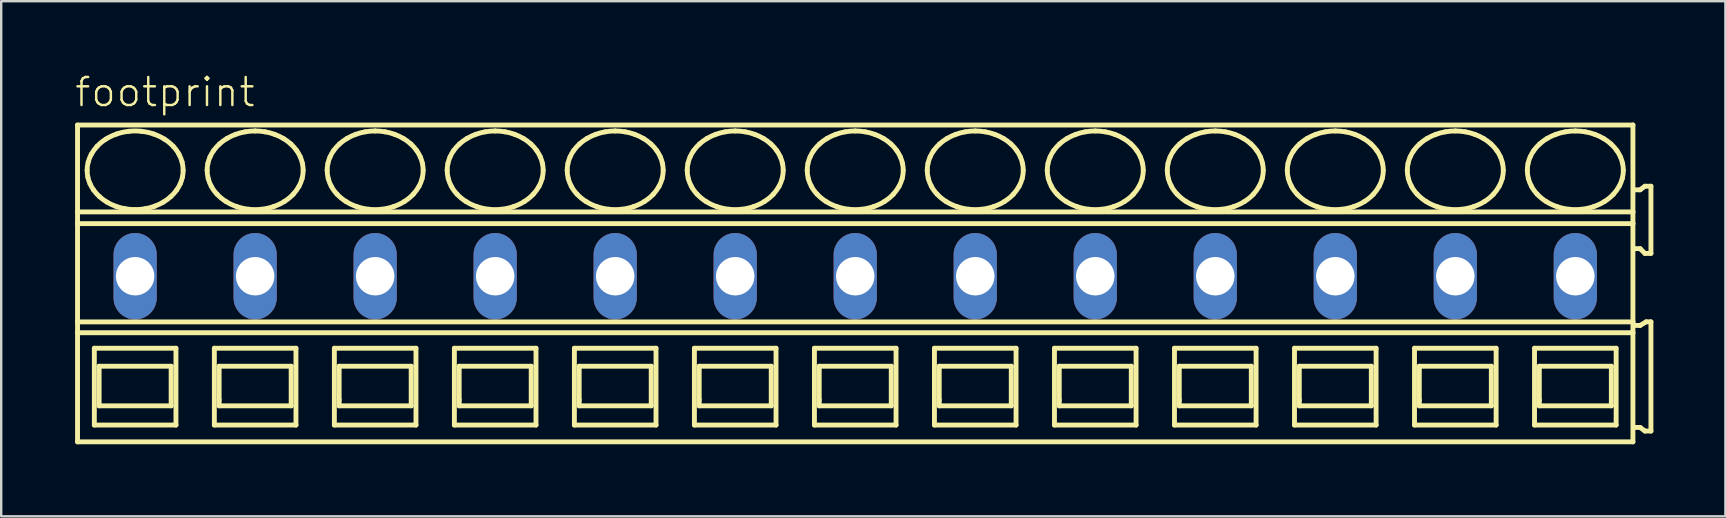
<source format=kicad_pcb>
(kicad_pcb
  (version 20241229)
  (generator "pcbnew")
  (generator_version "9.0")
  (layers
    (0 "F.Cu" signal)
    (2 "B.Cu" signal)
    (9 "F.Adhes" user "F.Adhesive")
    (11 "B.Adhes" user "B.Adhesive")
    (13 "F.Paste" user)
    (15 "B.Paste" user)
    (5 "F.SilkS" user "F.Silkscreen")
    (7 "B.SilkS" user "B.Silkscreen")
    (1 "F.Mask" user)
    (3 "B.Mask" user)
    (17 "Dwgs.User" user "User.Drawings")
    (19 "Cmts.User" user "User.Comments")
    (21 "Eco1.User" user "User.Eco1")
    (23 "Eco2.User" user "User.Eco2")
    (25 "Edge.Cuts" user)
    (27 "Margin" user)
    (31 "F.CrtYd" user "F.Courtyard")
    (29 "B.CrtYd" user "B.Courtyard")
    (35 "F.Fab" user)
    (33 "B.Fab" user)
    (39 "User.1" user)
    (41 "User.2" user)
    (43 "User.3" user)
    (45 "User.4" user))
  (footprint "footprint"
    (layer "F.Cu")
    (at 5.08 8.458)
    (property "Reference" "footprint" (at -5.08 -6.985 0) (layer "F.SilkS") (effects (font (size 1.168 1.168) (thickness 0.102)) (justify left bottom)))
    (fp_line (start -4.9 -6.3) (end -4.9 -2.679) (stroke (width 0.203) (type solid)) (layer "F.SilkS"))
    (fp_line (start -4.9 -2.679) (end -4.9 -2.192) (stroke (width 0.203) (type solid)) (layer "F.SilkS"))
    (fp_line (start -4.9 -2.192) (end -4.9 1.902) (stroke (width 0.203) (type solid)) (layer "F.SilkS"))
    (fp_line (start -4.9 1.902) (end -4.9 2.354) (stroke (width 0.203) (type solid)) (layer "F.SilkS"))
    (fp_line (start -4.9 2.354) (end -4.9 6.9) (stroke (width 0.203) (type solid)) (layer "F.SilkS"))
    (fp_line (start -4.9 6.9) (end 59.9 6.9) (stroke (width 0.203) (type solid)) (layer "F.SilkS"))
    (fp_line (start -4.2 3) (end -4.2 6.2) (stroke (width 0.203) (type solid)) (layer "F.SilkS"))
    (fp_line (start -4.2 6.2) (end -0.8 6.2) (stroke (width 0.203) (type solid)) (layer "F.SilkS"))
    (fp_line (start -4 3.75) (end -4 5.4) (stroke (width 0.203) (type solid)) (layer "F.SilkS"))
    (fp_line (start -4 5.4) (end -1 5.4) (stroke (width 0.203) (type solid)) (layer "F.SilkS"))
    (fp_line (start -1 3.75) (end -4 3.75) (stroke (width 0.203) (type solid)) (layer "F.SilkS"))
    (fp_line (start -1 5.4) (end -1 3.75) (stroke (width 0.203) (type solid)) (layer "F.SilkS"))
    (fp_line (start -0.8 3) (end -4.2 3) (stroke (width 0.203) (type solid)) (layer "F.SilkS"))
    (fp_line (start -0.8 6.2) (end -0.8 3) (stroke (width 0.203) (type solid)) (layer "F.SilkS"))
    (fp_line (start 0.8 3) (end 0.8 6.2) (stroke (width 0.203) (type solid)) (layer "F.SilkS"))
    (fp_line (start 0.8 6.2) (end 4.2 6.2) (stroke (width 0.203) (type solid)) (layer "F.SilkS"))
    (fp_line (start 1 3.75) (end 1 5.15) (stroke (width 0.203) (type solid)) (layer "F.SilkS"))
    (fp_line (start 1 5.15) (end 1 5.4) (stroke (width 0.203) (type solid)) (layer "F.SilkS"))
    (fp_line (start 1 5.4) (end 4 5.4) (stroke (width 0.203) (type solid)) (layer "F.SilkS"))
    (fp_line (start 4 3.75) (end 1 3.75) (stroke (width 0.203) (type solid)) (layer "F.SilkS"))
    (fp_line (start 4 5.4) (end 4 3.75) (stroke (width 0.203) (type solid)) (layer "F.SilkS"))
    (fp_line (start 4.2 3) (end 0.8 3) (stroke (width 0.203) (type solid)) (layer "F.SilkS"))
    (fp_line (start 4.2 6.2) (end 4.2 3) (stroke (width 0.203) (type solid)) (layer "F.SilkS"))
    (fp_line (start 5.8 3) (end 5.8 6.2) (stroke (width 0.203) (type solid)) (layer "F.SilkS"))
    (fp_line (start 5.8 6.2) (end 9.2 6.2) (stroke (width 0.203) (type solid)) (layer "F.SilkS"))
    (fp_line (start 6 3.75) (end 6 5.15) (stroke (width 0.203) (type solid)) (layer "F.SilkS"))
    (fp_line (start 6 5.15) (end 6 5.4) (stroke (width 0.203) (type solid)) (layer "F.SilkS"))
    (fp_line (start 6 5.4) (end 9 5.4) (stroke (width 0.203) (type solid)) (layer "F.SilkS"))
    (fp_line (start 9 3.75) (end 6 3.75) (stroke (width 0.203) (type solid)) (layer "F.SilkS"))
    (fp_line (start 9 5.4) (end 9 3.75) (stroke (width 0.203) (type solid)) (layer "F.SilkS"))
    (fp_line (start 9.2 3) (end 5.8 3) (stroke (width 0.203) (type solid)) (layer "F.SilkS"))
    (fp_line (start 9.2 6.2) (end 9.2 3) (stroke (width 0.203) (type solid)) (layer "F.SilkS"))
    (fp_line (start 10.8 3) (end 10.8 6.2) (stroke (width 0.203) (type solid)) (layer "F.SilkS"))
    (fp_line (start 10.8 6.2) (end 14.2 6.2) (stroke (width 0.203) (type solid)) (layer "F.SilkS"))
    (fp_line (start 11 3.75) (end 11 5.15) (stroke (width 0.203) (type solid)) (layer "F.SilkS"))
    (fp_line (start 11 5.15) (end 11 5.4) (stroke (width 0.203) (type solid)) (layer "F.SilkS"))
    (fp_line (start 11 5.4) (end 14 5.4) (stroke (width 0.203) (type solid)) (layer "F.SilkS"))
    (fp_line (start 14 3.75) (end 11 3.75) (stroke (width 0.203) (type solid)) (layer "F.SilkS"))
    (fp_line (start 14 5.4) (end 14 3.75) (stroke (width 0.203) (type solid)) (layer "F.SilkS"))
    (fp_line (start 14.2 3) (end 10.8 3) (stroke (width 0.203) (type solid)) (layer "F.SilkS"))
    (fp_line (start 14.2 6.2) (end 14.2 3) (stroke (width 0.203) (type solid)) (layer "F.SilkS"))
    (fp_line (start 15.8 3) (end 15.8 6.2) (stroke (width 0.203) (type solid)) (layer "F.SilkS"))
    (fp_line (start 15.8 6.2) (end 19.2 6.2) (stroke (width 0.203) (type solid)) (layer "F.SilkS"))
    (fp_line (start 16 3.75) (end 16 5.15) (stroke (width 0.203) (type solid)) (layer "F.SilkS"))
    (fp_line (start 16 5.15) (end 16 5.4) (stroke (width 0.203) (type solid)) (layer "F.SilkS"))
    (fp_line (start 16 5.4) (end 19 5.4) (stroke (width 0.203) (type solid)) (layer "F.SilkS"))
    (fp_line (start 19 3.75) (end 16 3.75) (stroke (width 0.203) (type solid)) (layer "F.SilkS"))
    (fp_line (start 19 5.4) (end 19 3.75) (stroke (width 0.203) (type solid)) (layer "F.SilkS"))
    (fp_line (start 19.2 3) (end 15.8 3) (stroke (width 0.203) (type solid)) (layer "F.SilkS"))
    (fp_line (start 19.2 6.2) (end 19.2 3) (stroke (width 0.203) (type solid)) (layer "F.SilkS"))
    (fp_line (start 20.8 3) (end 20.8 6.2) (stroke (width 0.203) (type solid)) (layer "F.SilkS"))
    (fp_line (start 20.8 6.2) (end 24.2 6.2) (stroke (width 0.203) (type solid)) (layer "F.SilkS"))
    (fp_line (start 21 3.75) (end 21 5.15) (stroke (width 0.203) (type solid)) (layer "F.SilkS"))
    (fp_line (start 21 5.15) (end 21 5.4) (stroke (width 0.203) (type solid)) (layer "F.SilkS"))
    (fp_line (start 21 5.4) (end 24 5.4) (stroke (width 0.203) (type solid)) (layer "F.SilkS"))
    (fp_line (start 24 3.75) (end 21 3.75) (stroke (width 0.203) (type solid)) (layer "F.SilkS"))
    (fp_line (start 24 5.4) (end 24 3.75) (stroke (width 0.203) (type solid)) (layer "F.SilkS"))
    (fp_line (start 24.2 3) (end 20.8 3) (stroke (width 0.203) (type solid)) (layer "F.SilkS"))
    (fp_line (start 24.2 6.2) (end 24.2 3) (stroke (width 0.203) (type solid)) (layer "F.SilkS"))
    (fp_line (start 25.8 3) (end 25.8 6.2) (stroke (width 0.203) (type solid)) (layer "F.SilkS"))
    (fp_line (start 25.8 6.2) (end 29.2 6.2) (stroke (width 0.203) (type solid)) (layer "F.SilkS"))
    (fp_line (start 26 3.75) (end 26 5.15) (stroke (width 0.203) (type solid)) (layer "F.SilkS"))
    (fp_line (start 26 5.15) (end 26 5.4) (stroke (width 0.203) (type solid)) (layer "F.SilkS"))
    (fp_line (start 26 5.4) (end 29 5.4) (stroke (width 0.203) (type solid)) (layer "F.SilkS"))
    (fp_line (start 29 3.75) (end 26 3.75) (stroke (width 0.203) (type solid)) (layer "F.SilkS"))
    (fp_line (start 29 5.4) (end 29 3.75) (stroke (width 0.203) (type solid)) (layer "F.SilkS"))
    (fp_line (start 29.2 3) (end 25.8 3) (stroke (width 0.203) (type solid)) (layer "F.SilkS"))
    (fp_line (start 29.2 6.2) (end 29.2 3) (stroke (width 0.203) (type solid)) (layer "F.SilkS"))
    (fp_line (start 30.8 3) (end 30.8 6.2) (stroke (width 0.203) (type solid)) (layer "F.SilkS"))
    (fp_line (start 30.8 6.2) (end 34.2 6.2) (stroke (width 0.203) (type solid)) (layer "F.SilkS"))
    (fp_line (start 31 3.75) (end 31 5.15) (stroke (width 0.203) (type solid)) (layer "F.SilkS"))
    (fp_line (start 31 5.15) (end 31 5.4) (stroke (width 0.203) (type solid)) (layer "F.SilkS"))
    (fp_line (start 31 5.4) (end 34 5.4) (stroke (width 0.203) (type solid)) (layer "F.SilkS"))
    (fp_line (start 34 3.75) (end 31 3.75) (stroke (width 0.203) (type solid)) (layer "F.SilkS"))
    (fp_line (start 34 5.4) (end 34 3.75) (stroke (width 0.203) (type solid)) (layer "F.SilkS"))
    (fp_line (start 34.2 3) (end 30.8 3) (stroke (width 0.203) (type solid)) (layer "F.SilkS"))
    (fp_line (start 34.2 6.2) (end 34.2 3) (stroke (width 0.203) (type solid)) (layer "F.SilkS"))
    (fp_line (start 35.8 3) (end 35.8 6.2) (stroke (width 0.203) (type solid)) (layer "F.SilkS"))
    (fp_line (start 35.8 6.2) (end 39.2 6.2) (stroke (width 0.203) (type solid)) (layer "F.SilkS"))
    (fp_line (start 36 3.75) (end 36 5.15) (stroke (width 0.203) (type solid)) (layer "F.SilkS"))
    (fp_line (start 36 5.15) (end 36 5.4) (stroke (width 0.203) (type solid)) (layer "F.SilkS"))
    (fp_line (start 36 5.4) (end 39 5.4) (stroke (width 0.203) (type solid)) (layer "F.SilkS"))
    (fp_line (start 39 3.75) (end 36 3.75) (stroke (width 0.203) (type solid)) (layer "F.SilkS"))
    (fp_line (start 39 5.4) (end 39 3.75) (stroke (width 0.203) (type solid)) (layer "F.SilkS"))
    (fp_line (start 39.2 3) (end 35.8 3) (stroke (width 0.203) (type solid)) (layer "F.SilkS"))
    (fp_line (start 39.2 6.2) (end 39.2 3) (stroke (width 0.203) (type solid)) (layer "F.SilkS"))
    (fp_line (start 40.8 3) (end 40.8 6.2) (stroke (width 0.203) (type solid)) (layer "F.SilkS"))
    (fp_line (start 40.8 6.2) (end 44.2 6.2) (stroke (width 0.203) (type solid)) (layer "F.SilkS"))
    (fp_line (start 41 3.75) (end 41 5.15) (stroke (width 0.203) (type solid)) (layer "F.SilkS"))
    (fp_line (start 41 5.15) (end 41 5.4) (stroke (width 0.203) (type solid)) (layer "F.SilkS"))
    (fp_line (start 41 5.4) (end 44 5.4) (stroke (width 0.203) (type solid)) (layer "F.SilkS"))
    (fp_line (start 44 3.75) (end 41 3.75) (stroke (width 0.203) (type solid)) (layer "F.SilkS"))
    (fp_line (start 44 5.4) (end 44 3.75) (stroke (width 0.203) (type solid)) (layer "F.SilkS"))
    (fp_line (start 44.2 3) (end 40.8 3) (stroke (width 0.203) (type solid)) (layer "F.SilkS"))
    (fp_line (start 44.2 6.2) (end 44.2 3) (stroke (width 0.203) (type solid)) (layer "F.SilkS"))
    (fp_line (start 45.8 3) (end 45.8 6.2) (stroke (width 0.203) (type solid)) (layer "F.SilkS"))
    (fp_line (start 45.8 6.2) (end 49.2 6.2) (stroke (width 0.203) (type solid)) (layer "F.SilkS"))
    (fp_line (start 46 3.75) (end 46 5.15) (stroke (width 0.203) (type solid)) (layer "F.SilkS"))
    (fp_line (start 46 5.15) (end 46 5.4) (stroke (width 0.203) (type solid)) (layer "F.SilkS"))
    (fp_line (start 46 5.4) (end 49 5.4) (stroke (width 0.203) (type solid)) (layer "F.SilkS"))
    (fp_line (start 49 3.75) (end 46 3.75) (stroke (width 0.203) (type solid)) (layer "F.SilkS"))
    (fp_line (start 49 5.4) (end 49 3.75) (stroke (width 0.203) (type solid)) (layer "F.SilkS"))
    (fp_line (start 49.2 3) (end 45.8 3) (stroke (width 0.203) (type solid)) (layer "F.SilkS"))
    (fp_line (start 49.2 6.2) (end 49.2 3) (stroke (width 0.203) (type solid)) (layer "F.SilkS"))
    (fp_line (start 50.8 3) (end 50.8 6.2) (stroke (width 0.203) (type solid)) (layer "F.SilkS"))
    (fp_line (start 50.8 6.2) (end 54.2 6.2) (stroke (width 0.203) (type solid)) (layer "F.SilkS"))
    (fp_line (start 51 3.75) (end 51 5.15) (stroke (width 0.203) (type solid)) (layer "F.SilkS"))
    (fp_line (start 51 5.15) (end 51 5.4) (stroke (width 0.203) (type solid)) (layer "F.SilkS"))
    (fp_line (start 51 5.4) (end 54 5.4) (stroke (width 0.203) (type solid)) (layer "F.SilkS"))
    (fp_line (start 54 3.75) (end 51 3.75) (stroke (width 0.203) (type solid)) (layer "F.SilkS"))
    (fp_line (start 54 5.4) (end 54 3.75) (stroke (width 0.203) (type solid)) (layer "F.SilkS"))
    (fp_line (start 54.2 3) (end 50.8 3) (stroke (width 0.203) (type solid)) (layer "F.SilkS"))
    (fp_line (start 54.2 6.2) (end 54.2 3) (stroke (width 0.203) (type solid)) (layer "F.SilkS"))
    (fp_line (start 55.8 3) (end 55.8 6.2) (stroke (width 0.203) (type solid)) (layer "F.SilkS"))
    (fp_line (start 55.8 6.2) (end 59.2 6.2) (stroke (width 0.203) (type solid)) (layer "F.SilkS"))
    (fp_line (start 56 3.75) (end 56 5.15) (stroke (width 0.203) (type solid)) (layer "F.SilkS"))
    (fp_line (start 56 5.15) (end 56 5.4) (stroke (width 0.203) (type solid)) (layer "F.SilkS"))
    (fp_line (start 56 5.4) (end 59 5.4) (stroke (width 0.203) (type solid)) (layer "F.SilkS"))
    (fp_line (start 59 3.75) (end 56 3.75) (stroke (width 0.203) (type solid)) (layer "F.SilkS"))
    (fp_line (start 59 5.4) (end 59 3.75) (stroke (width 0.203) (type solid)) (layer "F.SilkS"))
    (fp_line (start 59.2 3) (end 55.8 3) (stroke (width 0.203) (type solid)) (layer "F.SilkS"))
    (fp_line (start 59.2 6.2) (end 59.2 3) (stroke (width 0.203) (type solid)) (layer "F.SilkS"))
    (fp_line (start 59.9 -6.3) (end -4.9 -6.3) (stroke (width 0.203) (type solid)) (layer "F.SilkS"))
    (fp_line (start 59.9 -2.679) (end -4.9 -2.679) (stroke (width 0.203) (type solid)) (layer "F.SilkS"))
    (fp_line (start 59.9 -2.679) (end 59.9 -6.3) (stroke (width 0.203) (type solid)) (layer "F.SilkS"))
    (fp_line (start 59.9 -2.192) (end -4.9 -2.192) (stroke (width 0.203) (type solid)) (layer "F.SilkS"))
    (fp_line (start 59.9 -2.192) (end 59.9 -2.679) (stroke (width 0.203) (type solid)) (layer "F.SilkS"))
    (fp_line (start 59.9 1.902) (end -4.9 1.902) (stroke (width 0.203) (type solid)) (layer "F.SilkS"))
    (fp_line (start 59.9 1.902) (end 59.9 -2.192) (stroke (width 0.203) (type solid)) (layer "F.SilkS"))
    (fp_line (start 59.9 2.354) (end -4.9 2.354) (stroke (width 0.203) (type solid)) (layer "F.SilkS"))
    (fp_line (start 59.9 2.354) (end 59.9 1.902) (stroke (width 0.203) (type solid)) (layer "F.SilkS"))
    (fp_line (start 59.9 6.9) (end 59.9 2.354) (stroke (width 0.203) (type solid)) (layer "F.SilkS"))
    (fp_line (start 60 -1.15) (end 60.2 -1.15) (stroke (width 0.203) (type solid)) (layer "F.SilkS"))
    (fp_line (start 60 6.3) (end 60.2 6.3) (stroke (width 0.203) (type solid)) (layer "F.SilkS"))
    (fp_line (start 60.2 -3.6) (end 60 -3.6) (stroke (width 0.203) (type solid)) (layer "F.SilkS"))
    (fp_line (start 60.2 -1.15) (end 60.4 -0.95) (stroke (width 0.203) (type solid)) (layer "F.SilkS"))
    (fp_line (start 60.2 2.05) (end 60 2.05) (stroke (width 0.203) (type solid)) (layer "F.SilkS"))
    (fp_line (start 60.2 6.3) (end 60.4 6.45) (stroke (width 0.203) (type solid)) (layer "F.SilkS"))
    (fp_line (start 60.4 -3.75) (end 60.2 -3.6) (stroke (width 0.203) (type solid)) (layer "F.SilkS"))
    (fp_line (start 60.4 -0.95) (end 60.65 -0.95) (stroke (width 0.203) (type solid)) (layer "F.SilkS"))
    (fp_line (start 60.4 6.45) (end 60.65 6.45) (stroke (width 0.203) (type solid)) (layer "F.SilkS"))
    (fp_line (start 60.45 1.9) (end 60.2 2.05) (stroke (width 0.203) (type solid)) (layer "F.SilkS"))
    (fp_line (start 60.65 -3.75) (end 60.4 -3.75) (stroke (width 0.203) (type solid)) (layer "F.SilkS"))
    (fp_line (start 60.65 -0.95) (end 60.65 -3.75) (stroke (width 0.203) (type solid)) (layer "F.SilkS"))
    (fp_line (start 60.65 1.9) (end 60.45 1.9) (stroke (width 0.203) (type solid)) (layer "F.SilkS"))
    (fp_line (start 60.65 6.45) (end 60.65 1.9) (stroke (width 0.203) (type solid)) (layer "F.SilkS"))
    (fp_arc (start -4.5 -4.4136) (mid -4.488905 -4.585389) (end -4.4562 -4.7544) (stroke (width 0.2032) (type solid)) (layer "F.SilkS"))
    (fp_arc (start -4.4695 -4.1287) (mid -4.492308 -4.270341) (end -4.5 -4.4136) (stroke (width 0.2032) (type solid)) (layer "F.SilkS"))
    (fp_arc (start -4.4562 -4.7544) (mid -4.401558 -4.920839) (end -4.3273 -5.0795) (stroke (width 0.2032) (type solid)) (layer "F.SilkS"))
    (fp_arc (start -4.3795 -3.8536) (mid -4.431599 -3.988827) (end -4.4695 -4.1287) (stroke (width 0.2032) (type solid)) (layer "F.SilkS"))
    (fp_arc (start -4.3274 -5.0795) (mid -4.216217 -5.252167) (end -4.0864 -5.4113) (stroke (width 0.2032) (type solid)) (layer "F.SilkS"))
    (fp_arc (start -4.232 -3.5945) (mid -4.312155 -3.720404) (end -4.3795 -3.8536) (stroke (width 0.2032) (type solid)) (layer "F.SilkS"))
    (fp_arc (start -4.0864 -5.4113) (mid -3.911717 -5.573771) (end -3.718 -5.713) (stroke (width 0.2032) (type solid)) (layer "F.SilkS"))
    (fp_arc (start -3.9861 -3.3171) (mid -4.116737 -3.448975) (end -4.2321 -3.5944) (stroke (width 0.2032) (type solid)) (layer "F.SilkS"))
    (fp_arc (start -3.718 -5.713) (mid -3.497651 -5.83326) (end -3.2649 -5.9273) (stroke (width 0.2032) (type solid)) (layer "F.SilkS"))
    (fp_arc (start -3.676 -3.0884) (mid -3.836846 -3.194891) (end -3.9861 -3.3171) (stroke (width 0.2032) (type solid)) (layer "F.SilkS"))
    (fp_arc (start -3.313 -2.9167) (mid -3.498551 -2.993985) (end -3.676 -3.0884) (stroke (width 0.2032) (type solid)) (layer "F.SilkS"))
    (fp_arc (start -3.2649 -5.9273) (mid -3.016253 -5.996227) (end -2.7616 -6.0378) (stroke (width 0.2032) (type solid)) (layer "F.SilkS"))
    (fp_arc (start -2.9161 -2.8111) (mid -3.116893 -2.855096) (end -3.313 -2.9167) (stroke (width 0.2032) (type solid)) (layer "F.SilkS"))
    (fp_arc (start -2.7616 -6.0378) (mid -2.5 -6.051841) (end -2.2384 -6.0378) (stroke (width 0.2032) (type solid)) (layer "F.SilkS"))
    (fp_arc (start -2.5 -2.7752) (mid -2.708826 -2.784159) (end -2.9161 -2.8111) (stroke (width 0.2032) (type solid)) (layer "F.SilkS"))
    (fp_arc (start -2.2384 -6.0378) (mid -1.983714 -5.996379) (end -1.7351 -5.9273) (stroke (width 0.2032) (type solid)) (layer "F.SilkS"))
    (fp_arc (start -2.0839 -2.8111) (mid -2.291182 -2.784277) (end -2.5 -2.7753) (stroke (width 0.2032) (type solid)) (layer "F.SilkS"))
    (fp_arc (start -1.7351 -5.9273) (mid -1.502222 -5.83353) (end -1.282 -5.713) (stroke (width 0.2032) (type solid)) (layer "F.SilkS"))
    (fp_arc (start -1.687 -2.9167) (mid -1.883129 -2.855175) (end -2.0839 -2.8111) (stroke (width 0.2032) (type solid)) (layer "F.SilkS"))
    (fp_arc (start -1.324 -3.0884) (mid -1.501514 -2.994123) (end -1.687 -2.9167) (stroke (width 0.2032) (type solid)) (layer "F.SilkS"))
    (fp_arc (start -1.282 -5.713) (mid -1.088036 -5.574073) (end -0.9136 -5.4113) (stroke (width 0.2032) (type solid)) (layer "F.SilkS"))
    (fp_arc (start -1.0139 -3.3171) (mid -1.163276 -3.195057) (end -1.324 -3.0884) (stroke (width 0.2032) (type solid)) (layer "F.SilkS"))
    (fp_arc (start -0.9137 -5.4112) (mid -0.781313 -5.253987) (end -0.6727 -5.0795) (stroke (width 0.2032) (type solid)) (layer "F.SilkS"))
    (fp_arc (start -0.7679 -3.5944) (mid -0.88339 -3.449088) (end -1.0139 -3.3171) (stroke (width 0.2032) (type solid)) (layer "F.SilkS"))
    (fp_arc (start -0.6727 -5.0795) (mid -0.598286 -4.920901) (end -0.5438 -4.7544) (stroke (width 0.2032) (type solid)) (layer "F.SilkS"))
    (fp_arc (start -0.6204 -3.8536) (mid -0.687861 -3.720421) (end -0.7679 -3.5944) (stroke (width 0.2032) (type solid)) (layer "F.SilkS"))
    (fp_arc (start -0.5438 -4.7544) (mid -0.511083 -4.58539) (end -0.5 -4.4136) (stroke (width 0.2032) (type solid)) (layer "F.SilkS"))
    (fp_arc (start -0.5305 -4.1287) (mid -0.568473 -3.988851) (end -0.6205 -3.8536) (stroke (width 0.2032) (type solid)) (layer "F.SilkS"))
    (fp_arc (start -0.5001 -4.4136) (mid -0.507739 -4.270343) (end -0.5305 -4.1287) (stroke (width 0.2032) (type solid)) (layer "F.SilkS"))
    (fp_arc (start 0.5 -4.4136) (mid 0.507693 -4.556809) (end 0.5305 -4.6984) (stroke (width 0.2032) (type solid)) (layer "F.SilkS"))
    (fp_arc (start 0.5305 -4.6984) (mid 0.568467 -4.8383) (end 0.6205 -4.9736) (stroke (width 0.2032) (type solid)) (layer "F.SilkS"))
    (fp_arc (start 0.5438 -4.0727) (mid 0.511073 -4.241759) (end 0.5 -4.4136) (stroke (width 0.2032) (type solid)) (layer "F.SilkS"))
    (fp_arc (start 0.6204 -4.9736) (mid 0.687866 -5.106728) (end 0.7679 -5.2327) (stroke (width 0.2032) (type solid)) (layer "F.SilkS"))
    (fp_arc (start 0.6727 -3.7476) (mid 0.598289 -3.9062) (end 0.5438 -4.0727) (stroke (width 0.2032) (type solid)) (layer "F.SilkS"))
    (fp_arc (start 0.7679 -5.2327) (mid 0.883386 -5.378016) (end 1.0139 -5.51) (stroke (width 0.2032) (type solid)) (layer "F.SilkS"))
    (fp_arc (start 0.9136 -3.4159) (mid 0.781267 -3.57312) (end 0.6727 -3.7476) (stroke (width 0.2032) (type solid)) (layer "F.SilkS"))
    (fp_arc (start 1.0139 -5.51) (mid 1.163277 -5.632042) (end 1.324 -5.7387) (stroke (width 0.2032) (type solid)) (layer "F.SilkS"))
    (fp_arc (start 1.282 -3.1141) (mid 1.088032 -3.253077) (end 0.9136 -3.4159) (stroke (width 0.2032) (type solid)) (layer "F.SilkS"))
    (fp_arc (start 1.324 -5.7387) (mid 1.501514 -5.832977) (end 1.687 -5.9104) (stroke (width 0.2032) (type solid)) (layer "F.SilkS"))
    (fp_arc (start 1.687 -5.9104) (mid 1.883129 -5.971925) (end 2.0839 -6.016) (stroke (width 0.2032) (type solid)) (layer "F.SilkS"))
    (fp_arc (start 1.7351 -2.8998) (mid 1.502222 -2.993571) (end 1.282 -3.1141) (stroke (width 0.2032) (type solid)) (layer "F.SilkS"))
    (fp_arc (start 2.0839 -6.0161) (mid 2.291183 -6.042919) (end 2.5 -6.0519) (stroke (width 0.2032) (type solid)) (layer "F.SilkS"))
    (fp_arc (start 2.2384 -2.7893) (mid 1.983714 -2.830721) (end 1.7351 -2.8998) (stroke (width 0.2032) (type solid)) (layer "F.SilkS"))
    (fp_arc (start 2.5 -6.0519) (mid 2.708826 -6.042941) (end 2.9161 -6.016) (stroke (width 0.2032) (type solid)) (layer "F.SilkS"))
    (fp_arc (start 2.7616 -2.7893) (mid 2.5 -2.775259) (end 2.2384 -2.7893) (stroke (width 0.2032) (type solid)) (layer "F.SilkS"))
    (fp_arc (start 2.9161 -6.016) (mid 3.116893 -5.972004) (end 3.313 -5.9104) (stroke (width 0.2032) (type solid)) (layer "F.SilkS"))
    (fp_arc (start 3.2649 -2.8998) (mid 3.016253 -2.830873) (end 2.7616 -2.7893) (stroke (width 0.2032) (type solid)) (layer "F.SilkS"))
    (fp_arc (start 3.313 -5.9104) (mid 3.498552 -5.833116) (end 3.676 -5.7387) (stroke (width 0.2032) (type solid)) (layer "F.SilkS"))
    (fp_arc (start 3.676 -5.7387) (mid 3.836846 -5.632209) (end 3.9861 -5.51) (stroke (width 0.2032) (type solid)) (layer "F.SilkS"))
    (fp_arc (start 3.718 -3.1141) (mid 3.497651 -2.993839) (end 3.2649 -2.8998) (stroke (width 0.2032) (type solid)) (layer "F.SilkS"))
    (fp_arc (start 3.9861 -5.51) (mid 4.116738 -5.378126) (end 4.2321 -5.2327) (stroke (width 0.2032) (type solid)) (layer "F.SilkS"))
    (fp_arc (start 4.0864 -3.4159) (mid 3.911721 -3.253378) (end 3.718 -3.1141) (stroke (width 0.2032) (type solid)) (layer "F.SilkS"))
    (fp_arc (start 4.2321 -5.2327) (mid 4.312204 -5.106793) (end 4.3795 -4.9736) (stroke (width 0.2032) (type solid)) (layer "F.SilkS"))
    (fp_arc (start 4.3273 -3.7476) (mid 4.216161 -3.574988) (end 4.0864 -3.4159) (stroke (width 0.2032) (type solid)) (layer "F.SilkS"))
    (fp_arc (start 4.3795 -4.9736) (mid 4.431605 -4.838324) (end 4.4695 -4.6984) (stroke (width 0.2032) (type solid)) (layer "F.SilkS"))
    (fp_arc (start 4.4562 -4.0727) (mid 4.401557 -3.906262) (end 4.3273 -3.7476) (stroke (width 0.2032) (type solid)) (layer "F.SilkS"))
    (fp_arc (start 4.4695 -4.6984) (mid 4.4923 -4.556809) (end 4.5 -4.4136) (stroke (width 0.2032) (type solid)) (layer "F.SilkS"))
    (fp_arc (start 4.5 -4.4136) (mid 4.488914 -4.241761) (end 4.4562 -4.0727) (stroke (width 0.2032) (type solid)) (layer "F.SilkS"))
    (fp_arc (start 5.5 -4.4136) (mid 5.507693 -4.556809) (end 5.5305 -4.6984) (stroke (width 0.2032) (type solid)) (layer "F.SilkS"))
    (fp_arc (start 5.5305 -4.6984) (mid 5.568467 -4.8383) (end 5.6205 -4.9736) (stroke (width 0.2032) (type solid)) (layer "F.SilkS"))
    (fp_arc (start 5.5438 -4.0727) (mid 5.511073 -4.241759) (end 5.5 -4.4136) (stroke (width 0.2032) (type solid)) (layer "F.SilkS"))
    (fp_arc (start 5.6204 -4.9736) (mid 5.687866 -5.106728) (end 5.7679 -5.2327) (stroke (width 0.2032) (type solid)) (layer "F.SilkS"))
    (fp_arc (start 5.6727 -3.7476) (mid 5.598289 -3.9062) (end 5.5438 -4.0727) (stroke (width 0.2032) (type solid)) (layer "F.SilkS"))
    (fp_arc (start 5.7679 -5.2327) (mid 5.883386 -5.378016) (end 6.0139 -5.51) (stroke (width 0.2032) (type solid)) (layer "F.SilkS"))
    (fp_arc (start 5.9136 -3.4159) (mid 5.781267 -3.57312) (end 5.6727 -3.7476) (stroke (width 0.2032) (type solid)) (layer "F.SilkS"))
    (fp_arc (start 6.0139 -5.51) (mid 6.163277 -5.632042) (end 6.324 -5.7387) (stroke (width 0.2032) (type solid)) (layer "F.SilkS"))
    (fp_arc (start 6.282 -3.1141) (mid 6.088032 -3.253077) (end 5.9136 -3.4159) (stroke (width 0.2032) (type solid)) (layer "F.SilkS"))
    (fp_arc (start 6.324 -5.7387) (mid 6.501514 -5.832977) (end 6.687 -5.9104) (stroke (width 0.2032) (type solid)) (layer "F.SilkS"))
    (fp_arc (start 6.687 -5.9104) (mid 6.883129 -5.971925) (end 7.0839 -6.016) (stroke (width 0.2032) (type solid)) (layer "F.SilkS"))
    (fp_arc (start 6.7351 -2.8998) (mid 6.502222 -2.993571) (end 6.282 -3.1141) (stroke (width 0.2032) (type solid)) (layer "F.SilkS"))
    (fp_arc (start 7.0839 -6.0161) (mid 7.291183 -6.042919) (end 7.5 -6.0519) (stroke (width 0.2032) (type solid)) (layer "F.SilkS"))
    (fp_arc (start 7.2384 -2.7893) (mid 6.983714 -2.830721) (end 6.7351 -2.8998) (stroke (width 0.2032) (type solid)) (layer "F.SilkS"))
    (fp_arc (start 7.5 -6.0519) (mid 7.708826 -6.042941) (end 7.9161 -6.016) (stroke (width 0.2032) (type solid)) (layer "F.SilkS"))
    (fp_arc (start 7.7616 -2.7893) (mid 7.5 -2.775259) (end 7.2384 -2.7893) (stroke (width 0.2032) (type solid)) (layer "F.SilkS"))
    (fp_arc (start 7.9161 -6.016) (mid 8.116893 -5.972004) (end 8.313 -5.9104) (stroke (width 0.2032) (type solid)) (layer "F.SilkS"))
    (fp_arc (start 8.2649 -2.8998) (mid 8.016253 -2.830873) (end 7.7616 -2.7893) (stroke (width 0.2032) (type solid)) (layer "F.SilkS"))
    (fp_arc (start 8.313 -5.9104) (mid 8.498552 -5.833116) (end 8.676 -5.7387) (stroke (width 0.2032) (type solid)) (layer "F.SilkS"))
    (fp_arc (start 8.676 -5.7387) (mid 8.836846 -5.632209) (end 8.9861 -5.51) (stroke (width 0.2032) (type solid)) (layer "F.SilkS"))
    (fp_arc (start 8.718 -3.1141) (mid 8.497651 -2.993839) (end 8.2649 -2.8998) (stroke (width 0.2032) (type solid)) (layer "F.SilkS"))
    (fp_arc (start 8.9861 -5.51) (mid 9.116738 -5.378126) (end 9.2321 -5.2327) (stroke (width 0.2032) (type solid)) (layer "F.SilkS"))
    (fp_arc (start 9.0864 -3.4159) (mid 8.911721 -3.253378) (end 8.718 -3.1141) (stroke (width 0.2032) (type solid)) (layer "F.SilkS"))
    (fp_arc (start 9.2321 -5.2327) (mid 9.312204 -5.106793) (end 9.3795 -4.9736) (stroke (width 0.2032) (type solid)) (layer "F.SilkS"))
    (fp_arc (start 9.3273 -3.7476) (mid 9.216161 -3.574988) (end 9.0864 -3.4159) (stroke (width 0.2032) (type solid)) (layer "F.SilkS"))
    (fp_arc (start 9.3795 -4.9736) (mid 9.431605 -4.838324) (end 9.4695 -4.6984) (stroke (width 0.2032) (type solid)) (layer "F.SilkS"))
    (fp_arc (start 9.4562 -4.0727) (mid 9.401557 -3.906262) (end 9.3273 -3.7476) (stroke (width 0.2032) (type solid)) (layer "F.SilkS"))
    (fp_arc (start 9.4695 -4.6984) (mid 9.4923 -4.556809) (end 9.5 -4.4136) (stroke (width 0.2032) (type solid)) (layer "F.SilkS"))
    (fp_arc (start 9.5 -4.4136) (mid 9.488914 -4.241761) (end 9.4562 -4.0727) (stroke (width 0.2032) (type solid)) (layer "F.SilkS"))
    (fp_arc (start 10.5 -4.4136) (mid 10.507693 -4.556809) (end 10.5305 -4.6984) (stroke (width 0.2032) (type solid)) (layer "F.SilkS"))
    (fp_arc (start 10.5305 -4.6984) (mid 10.568467 -4.8383) (end 10.6205 -4.9736) (stroke (width 0.2032) (type solid)) (layer "F.SilkS"))
    (fp_arc (start 10.5438 -4.0727) (mid 10.511073 -4.241759) (end 10.5 -4.4136) (stroke (width 0.2032) (type solid)) (layer "F.SilkS"))
    (fp_arc (start 10.6204 -4.9736) (mid 10.687866 -5.106728) (end 10.7679 -5.2327) (stroke (width 0.2032) (type solid)) (layer "F.SilkS"))
    (fp_arc (start 10.6727 -3.7476) (mid 10.598289 -3.9062) (end 10.5438 -4.0727) (stroke (width 0.2032) (type solid)) (layer "F.SilkS"))
    (fp_arc (start 10.7679 -5.2327) (mid 10.883386 -5.378016) (end 11.0139 -5.51) (stroke (width 0.2032) (type solid)) (layer "F.SilkS"))
    (fp_arc (start 10.9136 -3.4159) (mid 10.781267 -3.57312) (end 10.6727 -3.7476) (stroke (width 0.2032) (type solid)) (layer "F.SilkS"))
    (fp_arc (start 11.0139 -5.51) (mid 11.163277 -5.632042) (end 11.324 -5.7387) (stroke (width 0.2032) (type solid)) (layer "F.SilkS"))
    (fp_arc (start 11.282 -3.1141) (mid 11.088032 -3.253077) (end 10.9136 -3.4159) (stroke (width 0.2032) (type solid)) (layer "F.SilkS"))
    (fp_arc (start 11.324 -5.7387) (mid 11.501514 -5.832977) (end 11.687 -5.9104) (stroke (width 0.2032) (type solid)) (layer "F.SilkS"))
    (fp_arc (start 11.687 -5.9104) (mid 11.883129 -5.971925) (end 12.0839 -6.016) (stroke (width 0.2032) (type solid)) (layer "F.SilkS"))
    (fp_arc (start 11.7351 -2.8998) (mid 11.502222 -2.993571) (end 11.282 -3.1141) (stroke (width 0.2032) (type solid)) (layer "F.SilkS"))
    (fp_arc (start 12.0839 -6.0161) (mid 12.291183 -6.042919) (end 12.5 -6.0519) (stroke (width 0.2032) (type solid)) (layer "F.SilkS"))
    (fp_arc (start 12.2384 -2.7893) (mid 11.983714 -2.830721) (end 11.7351 -2.8998) (stroke (width 0.2032) (type solid)) (layer "F.SilkS"))
    (fp_arc (start 12.5 -6.0519) (mid 12.708826 -6.042941) (end 12.9161 -6.016) (stroke (width 0.2032) (type solid)) (layer "F.SilkS"))
    (fp_arc (start 12.7616 -2.7893) (mid 12.5 -2.775259) (end 12.2384 -2.7893) (stroke (width 0.2032) (type solid)) (layer "F.SilkS"))
    (fp_arc (start 12.9161 -6.016) (mid 13.116893 -5.972004) (end 13.313 -5.9104) (stroke (width 0.2032) (type solid)) (layer "F.SilkS"))
    (fp_arc (start 13.2649 -2.8998) (mid 13.016253 -2.830873) (end 12.7616 -2.7893) (stroke (width 0.2032) (type solid)) (layer "F.SilkS"))
    (fp_arc (start 13.313 -5.9104) (mid 13.498552 -5.833116) (end 13.676 -5.7387) (stroke (width 0.2032) (type solid)) (layer "F.SilkS"))
    (fp_arc (start 13.676 -5.7387) (mid 13.836846 -5.632209) (end 13.9861 -5.51) (stroke (width 0.2032) (type solid)) (layer "F.SilkS"))
    (fp_arc (start 13.718 -3.1141) (mid 13.497651 -2.993839) (end 13.2649 -2.8998) (stroke (width 0.2032) (type solid)) (layer "F.SilkS"))
    (fp_arc (start 13.9861 -5.51) (mid 14.116738 -5.378126) (end 14.2321 -5.2327) (stroke (width 0.2032) (type solid)) (layer "F.SilkS"))
    (fp_arc (start 14.0864 -3.4159) (mid 13.911721 -3.253378) (end 13.718 -3.1141) (stroke (width 0.2032) (type solid)) (layer "F.SilkS"))
    (fp_arc (start 14.2321 -5.2327) (mid 14.312204 -5.106793) (end 14.3795 -4.9736) (stroke (width 0.2032) (type solid)) (layer "F.SilkS"))
    (fp_arc (start 14.3273 -3.7476) (mid 14.216161 -3.574988) (end 14.0864 -3.4159) (stroke (width 0.2032) (type solid)) (layer "F.SilkS"))
    (fp_arc (start 14.3795 -4.9736) (mid 14.431605 -4.838324) (end 14.4695 -4.6984) (stroke (width 0.2032) (type solid)) (layer "F.SilkS"))
    (fp_arc (start 14.4562 -4.0727) (mid 14.401557 -3.906262) (end 14.3273 -3.7476) (stroke (width 0.2032) (type solid)) (layer "F.SilkS"))
    (fp_arc (start 14.4695 -4.6984) (mid 14.4923 -4.556809) (end 14.5 -4.4136) (stroke (width 0.2032) (type solid)) (layer "F.SilkS"))
    (fp_arc (start 14.5 -4.4136) (mid 14.488914 -4.241761) (end 14.4562 -4.0727) (stroke (width 0.2032) (type solid)) (layer "F.SilkS"))
    (fp_arc (start 15.5 -4.4136) (mid 15.507693 -4.556809) (end 15.5305 -4.6984) (stroke (width 0.2032) (type solid)) (layer "F.SilkS"))
    (fp_arc (start 15.5305 -4.6984) (mid 15.568467 -4.8383) (end 15.6205 -4.9736) (stroke (width 0.2032) (type solid)) (layer "F.SilkS"))
    (fp_arc (start 15.5438 -4.0727) (mid 15.511073 -4.241759) (end 15.5 -4.4136) (stroke (width 0.2032) (type solid)) (layer "F.SilkS"))
    (fp_arc (start 15.6204 -4.9736) (mid 15.687866 -5.106728) (end 15.7679 -5.2327) (stroke (width 0.2032) (type solid)) (layer "F.SilkS"))
    (fp_arc (start 15.6727 -3.7476) (mid 15.598289 -3.9062) (end 15.5438 -4.0727) (stroke (width 0.2032) (type solid)) (layer "F.SilkS"))
    (fp_arc (start 15.7679 -5.2327) (mid 15.883386 -5.378016) (end 16.0139 -5.51) (stroke (width 0.2032) (type solid)) (layer "F.SilkS"))
    (fp_arc (start 15.9136 -3.4159) (mid 15.781267 -3.57312) (end 15.6727 -3.7476) (stroke (width 0.2032) (type solid)) (layer "F.SilkS"))
    (fp_arc (start 16.0139 -5.51) (mid 16.163277 -5.632042) (end 16.324 -5.7387) (stroke (width 0.2032) (type solid)) (layer "F.SilkS"))
    (fp_arc (start 16.282 -3.1141) (mid 16.088032 -3.253077) (end 15.9136 -3.4159) (stroke (width 0.2032) (type solid)) (layer "F.SilkS"))
    (fp_arc (start 16.324 -5.7387) (mid 16.501514 -5.832977) (end 16.687 -5.9104) (stroke (width 0.2032) (type solid)) (layer "F.SilkS"))
    (fp_arc (start 16.687 -5.9104) (mid 16.883129 -5.971925) (end 17.0839 -6.016) (stroke (width 0.2032) (type solid)) (layer "F.SilkS"))
    (fp_arc (start 16.7351 -2.8998) (mid 16.502222 -2.993571) (end 16.282 -3.1141) (stroke (width 0.2032) (type solid)) (layer "F.SilkS"))
    (fp_arc (start 17.0839 -6.0161) (mid 17.291183 -6.042919) (end 17.5 -6.0519) (stroke (width 0.2032) (type solid)) (layer "F.SilkS"))
    (fp_arc (start 17.2384 -2.7893) (mid 16.983714 -2.830721) (end 16.7351 -2.8998) (stroke (width 0.2032) (type solid)) (layer "F.SilkS"))
    (fp_arc (start 17.5 -6.0519) (mid 17.708826 -6.042941) (end 17.9161 -6.016) (stroke (width 0.2032) (type solid)) (layer "F.SilkS"))
    (fp_arc (start 17.7616 -2.7893) (mid 17.5 -2.775259) (end 17.2384 -2.7893) (stroke (width 0.2032) (type solid)) (layer "F.SilkS"))
    (fp_arc (start 17.9161 -6.016) (mid 18.116893 -5.972004) (end 18.313 -5.9104) (stroke (width 0.2032) (type solid)) (layer "F.SilkS"))
    (fp_arc (start 18.2649 -2.8998) (mid 18.016253 -2.830873) (end 17.7616 -2.7893) (stroke (width 0.2032) (type solid)) (layer "F.SilkS"))
    (fp_arc (start 18.313 -5.9104) (mid 18.498552 -5.833116) (end 18.676 -5.7387) (stroke (width 0.2032) (type solid)) (layer "F.SilkS"))
    (fp_arc (start 18.676 -5.7387) (mid 18.836846 -5.632209) (end 18.9861 -5.51) (stroke (width 0.2032) (type solid)) (layer "F.SilkS"))
    (fp_arc (start 18.718 -3.1141) (mid 18.497651 -2.993839) (end 18.2649 -2.8998) (stroke (width 0.2032) (type solid)) (layer "F.SilkS"))
    (fp_arc (start 18.9861 -5.51) (mid 19.116738 -5.378126) (end 19.2321 -5.2327) (stroke (width 0.2032) (type solid)) (layer "F.SilkS"))
    (fp_arc (start 19.0864 -3.4159) (mid 18.911721 -3.253378) (end 18.718 -3.1141) (stroke (width 0.2032) (type solid)) (layer "F.SilkS"))
    (fp_arc (start 19.2321 -5.2327) (mid 19.312204 -5.106793) (end 19.3795 -4.9736) (stroke (width 0.2032) (type solid)) (layer "F.SilkS"))
    (fp_arc (start 19.3273 -3.7476) (mid 19.216161 -3.574988) (end 19.0864 -3.4159) (stroke (width 0.2032) (type solid)) (layer "F.SilkS"))
    (fp_arc (start 19.3795 -4.9736) (mid 19.431605 -4.838324) (end 19.4695 -4.6984) (stroke (width 0.2032) (type solid)) (layer "F.SilkS"))
    (fp_arc (start 19.4562 -4.0727) (mid 19.401557 -3.906262) (end 19.3273 -3.7476) (stroke (width 0.2032) (type solid)) (layer "F.SilkS"))
    (fp_arc (start 19.4695 -4.6984) (mid 19.4923 -4.556809) (end 19.5 -4.4136) (stroke (width 0.2032) (type solid)) (layer "F.SilkS"))
    (fp_arc (start 19.5 -4.4136) (mid 19.488914 -4.241761) (end 19.4562 -4.0727) (stroke (width 0.2032) (type solid)) (layer "F.SilkS"))
    (fp_arc (start 20.5 -4.4136) (mid 20.507693 -4.556809) (end 20.5305 -4.6984) (stroke (width 0.2032) (type solid)) (layer "F.SilkS"))
    (fp_arc (start 20.5305 -4.6984) (mid 20.568467 -4.8383) (end 20.6205 -4.9736) (stroke (width 0.2032) (type solid)) (layer "F.SilkS"))
    (fp_arc (start 20.5438 -4.0727) (mid 20.511073 -4.241759) (end 20.5 -4.4136) (stroke (width 0.2032) (type solid)) (layer "F.SilkS"))
    (fp_arc (start 20.6204 -4.9736) (mid 20.687866 -5.106728) (end 20.7679 -5.2327) (stroke (width 0.2032) (type solid)) (layer "F.SilkS"))
    (fp_arc (start 20.6727 -3.7476) (mid 20.598289 -3.9062) (end 20.5438 -4.0727) (stroke (width 0.2032) (type solid)) (layer "F.SilkS"))
    (fp_arc (start 20.7679 -5.2327) (mid 20.883386 -5.378016) (end 21.0139 -5.51) (stroke (width 0.2032) (type solid)) (layer "F.SilkS"))
    (fp_arc (start 20.9136 -3.4159) (mid 20.781267 -3.57312) (end 20.6727 -3.7476) (stroke (width 0.2032) (type solid)) (layer "F.SilkS"))
    (fp_arc (start 21.0139 -5.51) (mid 21.163277 -5.632042) (end 21.324 -5.7387) (stroke (width 0.2032) (type solid)) (layer "F.SilkS"))
    (fp_arc (start 21.282 -3.1141) (mid 21.088032 -3.253077) (end 20.9136 -3.4159) (stroke (width 0.2032) (type solid)) (layer "F.SilkS"))
    (fp_arc (start 21.324 -5.7387) (mid 21.501514 -5.832977) (end 21.687 -5.9104) (stroke (width 0.2032) (type solid)) (layer "F.SilkS"))
    (fp_arc (start 21.687 -5.9104) (mid 21.883129 -5.971925) (end 22.0839 -6.016) (stroke (width 0.2032) (type solid)) (layer "F.SilkS"))
    (fp_arc (start 21.7351 -2.8998) (mid 21.502222 -2.993571) (end 21.282 -3.1141) (stroke (width 0.2032) (type solid)) (layer "F.SilkS"))
    (fp_arc (start 22.0839 -6.0161) (mid 22.291183 -6.042919) (end 22.5 -6.0519) (stroke (width 0.2032) (type solid)) (layer "F.SilkS"))
    (fp_arc (start 22.2384 -2.7893) (mid 21.983714 -2.830721) (end 21.7351 -2.8998) (stroke (width 0.2032) (type solid)) (layer "F.SilkS"))
    (fp_arc (start 22.5 -6.0519) (mid 22.708826 -6.042941) (end 22.9161 -6.016) (stroke (width 0.2032) (type solid)) (layer "F.SilkS"))
    (fp_arc (start 22.7616 -2.7893) (mid 22.5 -2.775259) (end 22.2384 -2.7893) (stroke (width 0.2032) (type solid)) (layer "F.SilkS"))
    (fp_arc (start 22.9161 -6.016) (mid 23.116893 -5.972004) (end 23.313 -5.9104) (stroke (width 0.2032) (type solid)) (layer "F.SilkS"))
    (fp_arc (start 23.2649 -2.8998) (mid 23.016253 -2.830873) (end 22.7616 -2.7893) (stroke (width 0.2032) (type solid)) (layer "F.SilkS"))
    (fp_arc (start 23.313 -5.9104) (mid 23.498552 -5.833116) (end 23.676 -5.7387) (stroke (width 0.2032) (type solid)) (layer "F.SilkS"))
    (fp_arc (start 23.676 -5.7387) (mid 23.836846 -5.632209) (end 23.9861 -5.51) (stroke (width 0.2032) (type solid)) (layer "F.SilkS"))
    (fp_arc (start 23.718 -3.1141) (mid 23.497651 -2.993839) (end 23.2649 -2.8998) (stroke (width 0.2032) (type solid)) (layer "F.SilkS"))
    (fp_arc (start 23.9861 -5.51) (mid 24.116738 -5.378126) (end 24.2321 -5.2327) (stroke (width 0.2032) (type solid)) (layer "F.SilkS"))
    (fp_arc (start 24.0864 -3.4159) (mid 23.911721 -3.253378) (end 23.718 -3.1141) (stroke (width 0.2032) (type solid)) (layer "F.SilkS"))
    (fp_arc (start 24.2321 -5.2327) (mid 24.312204 -5.106793) (end 24.3795 -4.9736) (stroke (width 0.2032) (type solid)) (layer "F.SilkS"))
    (fp_arc (start 24.3273 -3.7476) (mid 24.216161 -3.574988) (end 24.0864 -3.4159) (stroke (width 0.2032) (type solid)) (layer "F.SilkS"))
    (fp_arc (start 24.3795 -4.9736) (mid 24.431605 -4.838324) (end 24.4695 -4.6984) (stroke (width 0.2032) (type solid)) (layer "F.SilkS"))
    (fp_arc (start 24.4562 -4.0727) (mid 24.401557 -3.906262) (end 24.3273 -3.7476) (stroke (width 0.2032) (type solid)) (layer "F.SilkS"))
    (fp_arc (start 24.4695 -4.6984) (mid 24.4923 -4.556809) (end 24.5 -4.4136) (stroke (width 0.2032) (type solid)) (layer "F.SilkS"))
    (fp_arc (start 24.5 -4.4136) (mid 24.488914 -4.241761) (end 24.4562 -4.0727) (stroke (width 0.2032) (type solid)) (layer "F.SilkS"))
    (fp_arc (start 25.5 -4.4136) (mid 25.507693 -4.556809) (end 25.5305 -4.6984) (stroke (width 0.2032) (type solid)) (layer "F.SilkS"))
    (fp_arc (start 25.5305 -4.6984) (mid 25.568467 -4.8383) (end 25.6205 -4.9736) (stroke (width 0.2032) (type solid)) (layer "F.SilkS"))
    (fp_arc (start 25.5438 -4.0727) (mid 25.511073 -4.241759) (end 25.5 -4.4136) (stroke (width 0.2032) (type solid)) (layer "F.SilkS"))
    (fp_arc (start 25.6204 -4.9736) (mid 25.687866 -5.106728) (end 25.7679 -5.2327) (stroke (width 0.2032) (type solid)) (layer "F.SilkS"))
    (fp_arc (start 25.6727 -3.7476) (mid 25.598289 -3.9062) (end 25.5438 -4.0727) (stroke (width 0.2032) (type solid)) (layer "F.SilkS"))
    (fp_arc (start 25.7679 -5.2327) (mid 25.883386 -5.378016) (end 26.0139 -5.51) (stroke (width 0.2032) (type solid)) (layer "F.SilkS"))
    (fp_arc (start 25.9136 -3.4159) (mid 25.781267 -3.57312) (end 25.6727 -3.7476) (stroke (width 0.2032) (type solid)) (layer "F.SilkS"))
    (fp_arc (start 26.0139 -5.51) (mid 26.163277 -5.632042) (end 26.324 -5.7387) (stroke (width 0.2032) (type solid)) (layer "F.SilkS"))
    (fp_arc (start 26.282 -3.1141) (mid 26.088032 -3.253077) (end 25.9136 -3.4159) (stroke (width 0.2032) (type solid)) (layer "F.SilkS"))
    (fp_arc (start 26.324 -5.7387) (mid 26.501514 -5.832977) (end 26.687 -5.9104) (stroke (width 0.2032) (type solid)) (layer "F.SilkS"))
    (fp_arc (start 26.687 -5.9104) (mid 26.883129 -5.971925) (end 27.0839 -6.016) (stroke (width 0.2032) (type solid)) (layer "F.SilkS"))
    (fp_arc (start 26.7351 -2.8998) (mid 26.502222 -2.993571) (end 26.282 -3.1141) (stroke (width 0.2032) (type solid)) (layer "F.SilkS"))
    (fp_arc (start 27.0839 -6.0161) (mid 27.291183 -6.042919) (end 27.5 -6.0519) (stroke (width 0.2032) (type solid)) (layer "F.SilkS"))
    (fp_arc (start 27.2384 -2.7893) (mid 26.983714 -2.830721) (end 26.7351 -2.8998) (stroke (width 0.2032) (type solid)) (layer "F.SilkS"))
    (fp_arc (start 27.5 -6.0519) (mid 27.708826 -6.042941) (end 27.9161 -6.016) (stroke (width 0.2032) (type solid)) (layer "F.SilkS"))
    (fp_arc (start 27.7616 -2.7893) (mid 27.5 -2.775259) (end 27.2384 -2.7893) (stroke (width 0.2032) (type solid)) (layer "F.SilkS"))
    (fp_arc (start 27.9161 -6.016) (mid 28.116893 -5.972004) (end 28.313 -5.9104) (stroke (width 0.2032) (type solid)) (layer "F.SilkS"))
    (fp_arc (start 28.2649 -2.8998) (mid 28.016253 -2.830873) (end 27.7616 -2.7893) (stroke (width 0.2032) (type solid)) (layer "F.SilkS"))
    (fp_arc (start 28.313 -5.9104) (mid 28.498552 -5.833116) (end 28.676 -5.7387) (stroke (width 0.2032) (type solid)) (layer "F.SilkS"))
    (fp_arc (start 28.676 -5.7387) (mid 28.836846 -5.632209) (end 28.9861 -5.51) (stroke (width 0.2032) (type solid)) (layer "F.SilkS"))
    (fp_arc (start 28.718 -3.1141) (mid 28.497651 -2.993839) (end 28.2649 -2.8998) (stroke (width 0.2032) (type solid)) (layer "F.SilkS"))
    (fp_arc (start 28.9861 -5.51) (mid 29.116738 -5.378126) (end 29.2321 -5.2327) (stroke (width 0.2032) (type solid)) (layer "F.SilkS"))
    (fp_arc (start 29.0864 -3.4159) (mid 28.911721 -3.253378) (end 28.718 -3.1141) (stroke (width 0.2032) (type solid)) (layer "F.SilkS"))
    (fp_arc (start 29.2321 -5.2327) (mid 29.312204 -5.106793) (end 29.3795 -4.9736) (stroke (width 0.2032) (type solid)) (layer "F.SilkS"))
    (fp_arc (start 29.3273 -3.7476) (mid 29.216161 -3.574988) (end 29.0864 -3.4159) (stroke (width 0.2032) (type solid)) (layer "F.SilkS"))
    (fp_arc (start 29.3795 -4.9736) (mid 29.431605 -4.838324) (end 29.4695 -4.6984) (stroke (width 0.2032) (type solid)) (layer "F.SilkS"))
    (fp_arc (start 29.4562 -4.0727) (mid 29.401557 -3.906262) (end 29.3273 -3.7476) (stroke (width 0.2032) (type solid)) (layer "F.SilkS"))
    (fp_arc (start 29.4695 -4.6984) (mid 29.4923 -4.556809) (end 29.5 -4.4136) (stroke (width 0.2032) (type solid)) (layer "F.SilkS"))
    (fp_arc (start 29.5 -4.4136) (mid 29.488914 -4.241761) (end 29.4562 -4.0727) (stroke (width 0.2032) (type solid)) (layer "F.SilkS"))
    (fp_arc (start 30.5 -4.4136) (mid 30.507693 -4.556809) (end 30.5305 -4.6984) (stroke (width 0.2032) (type solid)) (layer "F.SilkS"))
    (fp_arc (start 30.5305 -4.6984) (mid 30.568467 -4.8383) (end 30.6205 -4.9736) (stroke (width 0.2032) (type solid)) (layer "F.SilkS"))
    (fp_arc (start 30.5438 -4.0727) (mid 30.511073 -4.241759) (end 30.5 -4.4136) (stroke (width 0.2032) (type solid)) (layer "F.SilkS"))
    (fp_arc (start 30.6204 -4.9736) (mid 30.687866 -5.106728) (end 30.7679 -5.2327) (stroke (width 0.2032) (type solid)) (layer "F.SilkS"))
    (fp_arc (start 30.6727 -3.7476) (mid 30.598289 -3.9062) (end 30.5438 -4.0727) (stroke (width 0.2032) (type solid)) (layer "F.SilkS"))
    (fp_arc (start 30.7679 -5.2327) (mid 30.883386 -5.378016) (end 31.0139 -5.51) (stroke (width 0.2032) (type solid)) (layer "F.SilkS"))
    (fp_arc (start 30.9136 -3.4159) (mid 30.781267 -3.57312) (end 30.6727 -3.7476) (stroke (width 0.2032) (type solid)) (layer "F.SilkS"))
    (fp_arc (start 31.0139 -5.51) (mid 31.163277 -5.632042) (end 31.324 -5.7387) (stroke (width 0.2032) (type solid)) (layer "F.SilkS"))
    (fp_arc (start 31.282 -3.1141) (mid 31.088032 -3.253077) (end 30.9136 -3.4159) (stroke (width 0.2032) (type solid)) (layer "F.SilkS"))
    (fp_arc (start 31.324 -5.7387) (mid 31.501514 -5.832977) (end 31.687 -5.9104) (stroke (width 0.2032) (type solid)) (layer "F.SilkS"))
    (fp_arc (start 31.687 -5.9104) (mid 31.883129 -5.971925) (end 32.0839 -6.016) (stroke (width 0.2032) (type solid)) (layer "F.SilkS"))
    (fp_arc (start 31.7351 -2.8998) (mid 31.502222 -2.993571) (end 31.282 -3.1141) (stroke (width 0.2032) (type solid)) (layer "F.SilkS"))
    (fp_arc (start 32.0839 -6.0161) (mid 32.291183 -6.042919) (end 32.5 -6.0519) (stroke (width 0.2032) (type solid)) (layer "F.SilkS"))
    (fp_arc (start 32.2384 -2.7893) (mid 31.983714 -2.830721) (end 31.7351 -2.8998) (stroke (width 0.2032) (type solid)) (layer "F.SilkS"))
    (fp_arc (start 32.5 -6.0519) (mid 32.708826 -6.042941) (end 32.9161 -6.016) (stroke (width 0.2032) (type solid)) (layer "F.SilkS"))
    (fp_arc (start 32.7616 -2.7893) (mid 32.5 -2.775259) (end 32.2384 -2.7893) (stroke (width 0.2032) (type solid)) (layer "F.SilkS"))
    (fp_arc (start 32.9161 -6.016) (mid 33.116893 -5.972004) (end 33.313 -5.9104) (stroke (width 0.2032) (type solid)) (layer "F.SilkS"))
    (fp_arc (start 33.2649 -2.8998) (mid 33.016253 -2.830873) (end 32.7616 -2.7893) (stroke (width 0.2032) (type solid)) (layer "F.SilkS"))
    (fp_arc (start 33.313 -5.9104) (mid 33.498552 -5.833116) (end 33.676 -5.7387) (stroke (width 0.2032) (type solid)) (layer "F.SilkS"))
    (fp_arc (start 33.676 -5.7387) (mid 33.836846 -5.632209) (end 33.9861 -5.51) (stroke (width 0.2032) (type solid)) (layer "F.SilkS"))
    (fp_arc (start 33.718 -3.1141) (mid 33.497651 -2.993839) (end 33.2649 -2.8998) (stroke (width 0.2032) (type solid)) (layer "F.SilkS"))
    (fp_arc (start 33.9861 -5.51) (mid 34.116738 -5.378126) (end 34.2321 -5.2327) (stroke (width 0.2032) (type solid)) (layer "F.SilkS"))
    (fp_arc (start 34.0864 -3.4159) (mid 33.911721 -3.253378) (end 33.718 -3.1141) (stroke (width 0.2032) (type solid)) (layer "F.SilkS"))
    (fp_arc (start 34.2321 -5.2327) (mid 34.312204 -5.106793) (end 34.3795 -4.9736) (stroke (width 0.2032) (type solid)) (layer "F.SilkS"))
    (fp_arc (start 34.3273 -3.7476) (mid 34.216161 -3.574988) (end 34.0864 -3.4159) (stroke (width 0.2032) (type solid)) (layer "F.SilkS"))
    (fp_arc (start 34.3795 -4.9736) (mid 34.431605 -4.838324) (end 34.4695 -4.6984) (stroke (width 0.2032) (type solid)) (layer "F.SilkS"))
    (fp_arc (start 34.4562 -4.0727) (mid 34.401557 -3.906262) (end 34.3273 -3.7476) (stroke (width 0.2032) (type solid)) (layer "F.SilkS"))
    (fp_arc (start 34.4695 -4.6984) (mid 34.4923 -4.556809) (end 34.5 -4.4136) (stroke (width 0.2032) (type solid)) (layer "F.SilkS"))
    (fp_arc (start 34.5 -4.4136) (mid 34.488914 -4.241761) (end 34.4562 -4.0727) (stroke (width 0.2032) (type solid)) (layer "F.SilkS"))
    (fp_arc (start 35.5 -4.4136) (mid 35.507693 -4.556809) (end 35.5305 -4.6984) (stroke (width 0.2032) (type solid)) (layer "F.SilkS"))
    (fp_arc (start 35.5305 -4.6984) (mid 35.568467 -4.8383) (end 35.6205 -4.9736) (stroke (width 0.2032) (type solid)) (layer "F.SilkS"))
    (fp_arc (start 35.5438 -4.0727) (mid 35.511073 -4.241759) (end 35.5 -4.4136) (stroke (width 0.2032) (type solid)) (layer "F.SilkS"))
    (fp_arc (start 35.6204 -4.9736) (mid 35.687866 -5.106728) (end 35.7679 -5.2327) (stroke (width 0.2032) (type solid)) (layer "F.SilkS"))
    (fp_arc (start 35.6727 -3.7476) (mid 35.598289 -3.9062) (end 35.5438 -4.0727) (stroke (width 0.2032) (type solid)) (layer "F.SilkS"))
    (fp_arc (start 35.7679 -5.2327) (mid 35.883386 -5.378016) (end 36.0139 -5.51) (stroke (width 0.2032) (type solid)) (layer "F.SilkS"))
    (fp_arc (start 35.9136 -3.4159) (mid 35.781267 -3.57312) (end 35.6727 -3.7476) (stroke (width 0.2032) (type solid)) (layer "F.SilkS"))
    (fp_arc (start 36.0139 -5.51) (mid 36.163277 -5.632042) (end 36.324 -5.7387) (stroke (width 0.2032) (type solid)) (layer "F.SilkS"))
    (fp_arc (start 36.282 -3.1141) (mid 36.088032 -3.253077) (end 35.9136 -3.4159) (stroke (width 0.2032) (type solid)) (layer "F.SilkS"))
    (fp_arc (start 36.324 -5.7387) (mid 36.501514 -5.832977) (end 36.687 -5.9104) (stroke (width 0.2032) (type solid)) (layer "F.SilkS"))
    (fp_arc (start 36.687 -5.9104) (mid 36.883129 -5.971925) (end 37.0839 -6.016) (stroke (width 0.2032) (type solid)) (layer "F.SilkS"))
    (fp_arc (start 36.7351 -2.8998) (mid 36.502222 -2.993571) (end 36.282 -3.1141) (stroke (width 0.2032) (type solid)) (layer "F.SilkS"))
    (fp_arc (start 37.0839 -6.0161) (mid 37.291183 -6.042919) (end 37.5 -6.0519) (stroke (width 0.2032) (type solid)) (layer "F.SilkS"))
    (fp_arc (start 37.2384 -2.7893) (mid 36.983714 -2.830721) (end 36.7351 -2.8998) (stroke (width 0.2032) (type solid)) (layer "F.SilkS"))
    (fp_arc (start 37.5 -6.0519) (mid 37.708826 -6.042941) (end 37.9161 -6.016) (stroke (width 0.2032) (type solid)) (layer "F.SilkS"))
    (fp_arc (start 37.7616 -2.7893) (mid 37.5 -2.775259) (end 37.2384 -2.7893) (stroke (width 0.2032) (type solid)) (layer "F.SilkS"))
    (fp_arc (start 37.9161 -6.016) (mid 38.116893 -5.972004) (end 38.313 -5.9104) (stroke (width 0.2032) (type solid)) (layer "F.SilkS"))
    (fp_arc (start 38.2649 -2.8998) (mid 38.016253 -2.830873) (end 37.7616 -2.7893) (stroke (width 0.2032) (type solid)) (layer "F.SilkS"))
    (fp_arc (start 38.313 -5.9104) (mid 38.498552 -5.833116) (end 38.676 -5.7387) (stroke (width 0.2032) (type solid)) (layer "F.SilkS"))
    (fp_arc (start 38.676 -5.7387) (mid 38.836846 -5.632209) (end 38.9861 -5.51) (stroke (width 0.2032) (type solid)) (layer "F.SilkS"))
    (fp_arc (start 38.718 -3.1141) (mid 38.497651 -2.993839) (end 38.2649 -2.8998) (stroke (width 0.2032) (type solid)) (layer "F.SilkS"))
    (fp_arc (start 38.9861 -5.51) (mid 39.116738 -5.378126) (end 39.2321 -5.2327) (stroke (width 0.2032) (type solid)) (layer "F.SilkS"))
    (fp_arc (start 39.0864 -3.4159) (mid 38.911721 -3.253378) (end 38.718 -3.1141) (stroke (width 0.2032) (type solid)) (layer "F.SilkS"))
    (fp_arc (start 39.2321 -5.2327) (mid 39.312204 -5.106793) (end 39.3795 -4.9736) (stroke (width 0.2032) (type solid)) (layer "F.SilkS"))
    (fp_arc (start 39.3273 -3.7476) (mid 39.216161 -3.574988) (end 39.0864 -3.4159) (stroke (width 0.2032) (type solid)) (layer "F.SilkS"))
    (fp_arc (start 39.3795 -4.9736) (mid 39.431605 -4.838324) (end 39.4695 -4.6984) (stroke (width 0.2032) (type solid)) (layer "F.SilkS"))
    (fp_arc (start 39.4562 -4.0727) (mid 39.401557 -3.906262) (end 39.3273 -3.7476) (stroke (width 0.2032) (type solid)) (layer "F.SilkS"))
    (fp_arc (start 39.4695 -4.6984) (mid 39.4923 -4.556809) (end 39.5 -4.4136) (stroke (width 0.2032) (type solid)) (layer "F.SilkS"))
    (fp_arc (start 39.5 -4.4136) (mid 39.488914 -4.241761) (end 39.4562 -4.0727) (stroke (width 0.2032) (type solid)) (layer "F.SilkS"))
    (fp_arc (start 40.5 -4.4136) (mid 40.507693 -4.556809) (end 40.5305 -4.6984) (stroke (width 0.2032) (type solid)) (layer "F.SilkS"))
    (fp_arc (start 40.5305 -4.6984) (mid 40.568467 -4.8383) (end 40.6205 -4.9736) (stroke (width 0.2032) (type solid)) (layer "F.SilkS"))
    (fp_arc (start 40.5438 -4.0727) (mid 40.511073 -4.241759) (end 40.5 -4.4136) (stroke (width 0.2032) (type solid)) (layer "F.SilkS"))
    (fp_arc (start 40.6204 -4.9736) (mid 40.687866 -5.106728) (end 40.7679 -5.2327) (stroke (width 0.2032) (type solid)) (layer "F.SilkS"))
    (fp_arc (start 40.6727 -3.7476) (mid 40.598289 -3.9062) (end 40.5438 -4.0727) (stroke (width 0.2032) (type solid)) (layer "F.SilkS"))
    (fp_arc (start 40.7679 -5.2327) (mid 40.883386 -5.378016) (end 41.0139 -5.51) (stroke (width 0.2032) (type solid)) (layer "F.SilkS"))
    (fp_arc (start 40.9136 -3.4159) (mid 40.781267 -3.57312) (end 40.6727 -3.7476) (stroke (width 0.2032) (type solid)) (layer "F.SilkS"))
    (fp_arc (start 41.0139 -5.51) (mid 41.163277 -5.632042) (end 41.324 -5.7387) (stroke (width 0.2032) (type solid)) (layer "F.SilkS"))
    (fp_arc (start 41.282 -3.1141) (mid 41.088032 -3.253077) (end 40.9136 -3.4159) (stroke (width 0.2032) (type solid)) (layer "F.SilkS"))
    (fp_arc (start 41.324 -5.7387) (mid 41.501514 -5.832977) (end 41.687 -5.9104) (stroke (width 0.2032) (type solid)) (layer "F.SilkS"))
    (fp_arc (start 41.687 -5.9104) (mid 41.883129 -5.971925) (end 42.0839 -6.016) (stroke (width 0.2032) (type solid)) (layer "F.SilkS"))
    (fp_arc (start 41.7351 -2.8998) (mid 41.502222 -2.993571) (end 41.282 -3.1141) (stroke (width 0.2032) (type solid)) (layer "F.SilkS"))
    (fp_arc (start 42.0839 -6.0161) (mid 42.291183 -6.042919) (end 42.5 -6.0519) (stroke (width 0.2032) (type solid)) (layer "F.SilkS"))
    (fp_arc (start 42.2384 -2.7893) (mid 41.983714 -2.830721) (end 41.7351 -2.8998) (stroke (width 0.2032) (type solid)) (layer "F.SilkS"))
    (fp_arc (start 42.5 -6.0519) (mid 42.708826 -6.042941) (end 42.9161 -6.016) (stroke (width 0.2032) (type solid)) (layer "F.SilkS"))
    (fp_arc (start 42.7616 -2.7893) (mid 42.5 -2.775259) (end 42.2384 -2.7893) (stroke (width 0.2032) (type solid)) (layer "F.SilkS"))
    (fp_arc (start 42.9161 -6.016) (mid 43.116893 -5.972004) (end 43.313 -5.9104) (stroke (width 0.2032) (type solid)) (layer "F.SilkS"))
    (fp_arc (start 43.2649 -2.8998) (mid 43.016253 -2.830873) (end 42.7616 -2.7893) (stroke (width 0.2032) (type solid)) (layer "F.SilkS"))
    (fp_arc (start 43.313 -5.9104) (mid 43.498552 -5.833116) (end 43.676 -5.7387) (stroke (width 0.2032) (type solid)) (layer "F.SilkS"))
    (fp_arc (start 43.676 -5.7387) (mid 43.836846 -5.632209) (end 43.9861 -5.51) (stroke (width 0.2032) (type solid)) (layer "F.SilkS"))
    (fp_arc (start 43.718 -3.1141) (mid 43.497651 -2.993839) (end 43.2649 -2.8998) (stroke (width 0.2032) (type solid)) (layer "F.SilkS"))
    (fp_arc (start 43.9861 -5.51) (mid 44.116738 -5.378126) (end 44.2321 -5.2327) (stroke (width 0.2032) (type solid)) (layer "F.SilkS"))
    (fp_arc (start 44.0864 -3.4159) (mid 43.911721 -3.253378) (end 43.718 -3.1141) (stroke (width 0.2032) (type solid)) (layer "F.SilkS"))
    (fp_arc (start 44.2321 -5.2327) (mid 44.312204 -5.106793) (end 44.3795 -4.9736) (stroke (width 0.2032) (type solid)) (layer "F.SilkS"))
    (fp_arc (start 44.3273 -3.7476) (mid 44.216161 -3.574988) (end 44.0864 -3.4159) (stroke (width 0.2032) (type solid)) (layer "F.SilkS"))
    (fp_arc (start 44.3795 -4.9736) (mid 44.431605 -4.838324) (end 44.4695 -4.6984) (stroke (width 0.2032) (type solid)) (layer "F.SilkS"))
    (fp_arc (start 44.4562 -4.0727) (mid 44.401557 -3.906262) (end 44.3273 -3.7476) (stroke (width 0.2032) (type solid)) (layer "F.SilkS"))
    (fp_arc (start 44.4695 -4.6984) (mid 44.4923 -4.556809) (end 44.5 -4.4136) (stroke (width 0.2032) (type solid)) (layer "F.SilkS"))
    (fp_arc (start 44.5 -4.4136) (mid 44.488914 -4.241761) (end 44.4562 -4.0727) (stroke (width 0.2032) (type solid)) (layer "F.SilkS"))
    (fp_arc (start 45.5 -4.4136) (mid 45.507693 -4.556809) (end 45.5305 -4.6984) (stroke (width 0.2032) (type solid)) (layer "F.SilkS"))
    (fp_arc (start 45.5305 -4.6984) (mid 45.568467 -4.8383) (end 45.6205 -4.9736) (stroke (width 0.2032) (type solid)) (layer "F.SilkS"))
    (fp_arc (start 45.5438 -4.0727) (mid 45.511073 -4.241759) (end 45.5 -4.4136) (stroke (width 0.2032) (type solid)) (layer "F.SilkS"))
    (fp_arc (start 45.6204 -4.9736) (mid 45.687866 -5.106728) (end 45.7679 -5.2327) (stroke (width 0.2032) (type solid)) (layer "F.SilkS"))
    (fp_arc (start 45.6727 -3.7476) (mid 45.598289 -3.9062) (end 45.5438 -4.0727) (stroke (width 0.2032) (type solid)) (layer "F.SilkS"))
    (fp_arc (start 45.7679 -5.2327) (mid 45.883386 -5.378016) (end 46.0139 -5.51) (stroke (width 0.2032) (type solid)) (layer "F.SilkS"))
    (fp_arc (start 45.9136 -3.4159) (mid 45.781267 -3.57312) (end 45.6727 -3.7476) (stroke (width 0.2032) (type solid)) (layer "F.SilkS"))
    (fp_arc (start 46.0139 -5.51) (mid 46.163277 -5.632042) (end 46.324 -5.7387) (stroke (width 0.2032) (type solid)) (layer "F.SilkS"))
    (fp_arc (start 46.282 -3.1141) (mid 46.088032 -3.253077) (end 45.9136 -3.4159) (stroke (width 0.2032) (type solid)) (layer "F.SilkS"))
    (fp_arc (start 46.324 -5.7387) (mid 46.501514 -5.832977) (end 46.687 -5.9104) (stroke (width 0.2032) (type solid)) (layer "F.SilkS"))
    (fp_arc (start 46.687 -5.9104) (mid 46.883129 -5.971925) (end 47.0839 -6.016) (stroke (width 0.2032) (type solid)) (layer "F.SilkS"))
    (fp_arc (start 46.7351 -2.8998) (mid 46.502222 -2.993571) (end 46.282 -3.1141) (stroke (width 0.2032) (type solid)) (layer "F.SilkS"))
    (fp_arc (start 47.0839 -6.0161) (mid 47.291183 -6.042919) (end 47.5 -6.0519) (stroke (width 0.2032) (type solid)) (layer "F.SilkS"))
    (fp_arc (start 47.2384 -2.7893) (mid 46.983714 -2.830721) (end 46.7351 -2.8998) (stroke (width 0.2032) (type solid)) (layer "F.SilkS"))
    (fp_arc (start 47.5 -6.0519) (mid 47.708826 -6.042941) (end 47.9161 -6.016) (stroke (width 0.2032) (type solid)) (layer "F.SilkS"))
    (fp_arc (start 47.7616 -2.7893) (mid 47.5 -2.775259) (end 47.2384 -2.7893) (stroke (width 0.2032) (type solid)) (layer "F.SilkS"))
    (fp_arc (start 47.9161 -6.016) (mid 48.116893 -5.972004) (end 48.313 -5.9104) (stroke (width 0.2032) (type solid)) (layer "F.SilkS"))
    (fp_arc (start 48.2649 -2.8998) (mid 48.016253 -2.830873) (end 47.7616 -2.7893) (stroke (width 0.2032) (type solid)) (layer "F.SilkS"))
    (fp_arc (start 48.313 -5.9104) (mid 48.498552 -5.833116) (end 48.676 -5.7387) (stroke (width 0.2032) (type solid)) (layer "F.SilkS"))
    (fp_arc (start 48.676 -5.7387) (mid 48.836846 -5.632209) (end 48.9861 -5.51) (stroke (width 0.2032) (type solid)) (layer "F.SilkS"))
    (fp_arc (start 48.718 -3.1141) (mid 48.497651 -2.993839) (end 48.2649 -2.8998) (stroke (width 0.2032) (type solid)) (layer "F.SilkS"))
    (fp_arc (start 48.9861 -5.51) (mid 49.116738 -5.378126) (end 49.2321 -5.2327) (stroke (width 0.2032) (type solid)) (layer "F.SilkS"))
    (fp_arc (start 49.0864 -3.4159) (mid 48.911721 -3.253378) (end 48.718 -3.1141) (stroke (width 0.2032) (type solid)) (layer "F.SilkS"))
    (fp_arc (start 49.2321 -5.2327) (mid 49.312204 -5.106793) (end 49.3795 -4.9736) (stroke (width 0.2032) (type solid)) (layer "F.SilkS"))
    (fp_arc (start 49.3273 -3.7476) (mid 49.216161 -3.574988) (end 49.0864 -3.4159) (stroke (width 0.2032) (type solid)) (layer "F.SilkS"))
    (fp_arc (start 49.3795 -4.9736) (mid 49.431605 -4.838324) (end 49.4695 -4.6984) (stroke (width 0.2032) (type solid)) (layer "F.SilkS"))
    (fp_arc (start 49.4562 -4.0727) (mid 49.401557 -3.906262) (end 49.3273 -3.7476) (stroke (width 0.2032) (type solid)) (layer "F.SilkS"))
    (fp_arc (start 49.4695 -4.6984) (mid 49.4923 -4.556809) (end 49.5 -4.4136) (stroke (width 0.2032) (type solid)) (layer "F.SilkS"))
    (fp_arc (start 49.5 -4.4136) (mid 49.488914 -4.241761) (end 49.4562 -4.0727) (stroke (width 0.2032) (type solid)) (layer "F.SilkS"))
    (fp_arc (start 50.5 -4.4136) (mid 50.507693 -4.556809) (end 50.5305 -4.6984) (stroke (width 0.2032) (type solid)) (layer "F.SilkS"))
    (fp_arc (start 50.5305 -4.6984) (mid 50.568467 -4.8383) (end 50.6205 -4.9736) (stroke (width 0.2032) (type solid)) (layer "F.SilkS"))
    (fp_arc (start 50.5438 -4.0727) (mid 50.511073 -4.241759) (end 50.5 -4.4136) (stroke (width 0.2032) (type solid)) (layer "F.SilkS"))
    (fp_arc (start 50.6204 -4.9736) (mid 50.687866 -5.106728) (end 50.7679 -5.2327) (stroke (width 0.2032) (type solid)) (layer "F.SilkS"))
    (fp_arc (start 50.6727 -3.7476) (mid 50.598289 -3.9062) (end 50.5438 -4.0727) (stroke (width 0.2032) (type solid)) (layer "F.SilkS"))
    (fp_arc (start 50.7679 -5.2327) (mid 50.883386 -5.378016) (end 51.0139 -5.51) (stroke (width 0.2032) (type solid)) (layer "F.SilkS"))
    (fp_arc (start 50.9136 -3.4159) (mid 50.781267 -3.57312) (end 50.6727 -3.7476) (stroke (width 0.2032) (type solid)) (layer "F.SilkS"))
    (fp_arc (start 51.0139 -5.51) (mid 51.163277 -5.632042) (end 51.324 -5.7387) (stroke (width 0.2032) (type solid)) (layer "F.SilkS"))
    (fp_arc (start 51.282 -3.1141) (mid 51.088032 -3.253077) (end 50.9136 -3.4159) (stroke (width 0.2032) (type solid)) (layer "F.SilkS"))
    (fp_arc (start 51.324 -5.7387) (mid 51.501514 -5.832977) (end 51.687 -5.9104) (stroke (width 0.2032) (type solid)) (layer "F.SilkS"))
    (fp_arc (start 51.687 -5.9104) (mid 51.883129 -5.971925) (end 52.0839 -6.016) (stroke (width 0.2032) (type solid)) (layer "F.SilkS"))
    (fp_arc (start 51.7351 -2.8998) (mid 51.502222 -2.993571) (end 51.282 -3.1141) (stroke (width 0.2032) (type solid)) (layer "F.SilkS"))
    (fp_arc (start 52.0839 -6.0161) (mid 52.291183 -6.042919) (end 52.5 -6.0519) (stroke (width 0.2032) (type solid)) (layer "F.SilkS"))
    (fp_arc (start 52.2384 -2.7893) (mid 51.983714 -2.830721) (end 51.7351 -2.8998) (stroke (width 0.2032) (type solid)) (layer "F.SilkS"))
    (fp_arc (start 52.5 -6.0519) (mid 52.708826 -6.042941) (end 52.9161 -6.016) (stroke (width 0.2032) (type solid)) (layer "F.SilkS"))
    (fp_arc (start 52.7616 -2.7893) (mid 52.5 -2.775259) (end 52.2384 -2.7893) (stroke (width 0.2032) (type solid)) (layer "F.SilkS"))
    (fp_arc (start 52.9161 -6.016) (mid 53.116893 -5.972004) (end 53.313 -5.9104) (stroke (width 0.2032) (type solid)) (layer "F.SilkS"))
    (fp_arc (start 53.2649 -2.8998) (mid 53.016253 -2.830873) (end 52.7616 -2.7893) (stroke (width 0.2032) (type solid)) (layer "F.SilkS"))
    (fp_arc (start 53.313 -5.9104) (mid 53.498552 -5.833116) (end 53.676 -5.7387) (stroke (width 0.2032) (type solid)) (layer "F.SilkS"))
    (fp_arc (start 53.676 -5.7387) (mid 53.836846 -5.632209) (end 53.9861 -5.51) (stroke (width 0.2032) (type solid)) (layer "F.SilkS"))
    (fp_arc (start 53.718 -3.1141) (mid 53.497651 -2.993839) (end 53.2649 -2.8998) (stroke (width 0.2032) (type solid)) (layer "F.SilkS"))
    (fp_arc (start 53.9861 -5.51) (mid 54.116738 -5.378126) (end 54.2321 -5.2327) (stroke (width 0.2032) (type solid)) (layer "F.SilkS"))
    (fp_arc (start 54.0864 -3.4159) (mid 53.911721 -3.253378) (end 53.718 -3.1141) (stroke (width 0.2032) (type solid)) (layer "F.SilkS"))
    (fp_arc (start 54.2321 -5.2327) (mid 54.312204 -5.106793) (end 54.3795 -4.9736) (stroke (width 0.2032) (type solid)) (layer "F.SilkS"))
    (fp_arc (start 54.3273 -3.7476) (mid 54.216161 -3.574988) (end 54.0864 -3.4159) (stroke (width 0.2032) (type solid)) (layer "F.SilkS"))
    (fp_arc (start 54.3795 -4.9736) (mid 54.431605 -4.838324) (end 54.4695 -4.6984) (stroke (width 0.2032) (type solid)) (layer "F.SilkS"))
    (fp_arc (start 54.4562 -4.0727) (mid 54.401557 -3.906262) (end 54.3273 -3.7476) (stroke (width 0.2032) (type solid)) (layer "F.SilkS"))
    (fp_arc (start 54.4695 -4.6984) (mid 54.4923 -4.556809) (end 54.5 -4.4136) (stroke (width 0.2032) (type solid)) (layer "F.SilkS"))
    (fp_arc (start 54.5 -4.4136) (mid 54.488914 -4.241761) (end 54.4562 -4.0727) (stroke (width 0.2032) (type solid)) (layer "F.SilkS"))
    (fp_arc (start 55.5 -4.4136) (mid 55.507693 -4.556809) (end 55.5305 -4.6984) (stroke (width 0.2032) (type solid)) (layer "F.SilkS"))
    (fp_arc (start 55.5305 -4.6984) (mid 55.568467 -4.8383) (end 55.6205 -4.9736) (stroke (width 0.2032) (type solid)) (layer "F.SilkS"))
    (fp_arc (start 55.5438 -4.0727) (mid 55.511073 -4.241759) (end 55.5 -4.4136) (stroke (width 0.2032) (type solid)) (layer "F.SilkS"))
    (fp_arc (start 55.6204 -4.9736) (mid 55.687866 -5.106728) (end 55.7679 -5.2327) (stroke (width 0.2032) (type solid)) (layer "F.SilkS"))
    (fp_arc (start 55.6727 -3.7476) (mid 55.598289 -3.9062) (end 55.5438 -4.0727) (stroke (width 0.2032) (type solid)) (layer "F.SilkS"))
    (fp_arc (start 55.7679 -5.2327) (mid 55.883386 -5.378016) (end 56.0139 -5.51) (stroke (width 0.2032) (type solid)) (layer "F.SilkS"))
    (fp_arc (start 55.9136 -3.4159) (mid 55.781267 -3.57312) (end 55.6727 -3.7476) (stroke (width 0.2032) (type solid)) (layer "F.SilkS"))
    (fp_arc (start 56.0139 -5.51) (mid 56.163277 -5.632042) (end 56.324 -5.7387) (stroke (width 0.2032) (type solid)) (layer "F.SilkS"))
    (fp_arc (start 56.282 -3.1141) (mid 56.088032 -3.253077) (end 55.9136 -3.4159) (stroke (width 0.2032) (type solid)) (layer "F.SilkS"))
    (fp_arc (start 56.324 -5.7387) (mid 56.501514 -5.832977) (end 56.687 -5.9104) (stroke (width 0.2032) (type solid)) (layer "F.SilkS"))
    (fp_arc (start 56.687 -5.9104) (mid 56.883129 -5.971925) (end 57.0839 -6.016) (stroke (width 0.2032) (type solid)) (layer "F.SilkS"))
    (fp_arc (start 56.7351 -2.8998) (mid 56.502222 -2.993571) (end 56.282 -3.1141) (stroke (width 0.2032) (type solid)) (layer "F.SilkS"))
    (fp_arc (start 57.0839 -6.0161) (mid 57.291183 -6.042919) (end 57.5 -6.0519) (stroke (width 0.2032) (type solid)) (layer "F.SilkS"))
    (fp_arc (start 57.2384 -2.7893) (mid 56.983714 -2.830721) (end 56.7351 -2.8998) (stroke (width 0.2032) (type solid)) (layer "F.SilkS"))
    (fp_arc (start 57.5 -6.0519) (mid 57.708826 -6.042941) (end 57.9161 -6.016) (stroke (width 0.2032) (type solid)) (layer "F.SilkS"))
    (fp_arc (start 57.7616 -2.7893) (mid 57.5 -2.775259) (end 57.2384 -2.7893) (stroke (width 0.2032) (type solid)) (layer "F.SilkS"))
    (fp_arc (start 57.9161 -6.016) (mid 58.116893 -5.972004) (end 58.313 -5.9104) (stroke (width 0.2032) (type solid)) (layer "F.SilkS"))
    (fp_arc (start 58.2649 -2.8998) (mid 58.016253 -2.830873) (end 57.7616 -2.7893) (stroke (width 0.2032) (type solid)) (layer "F.SilkS"))
    (fp_arc (start 58.313 -5.9104) (mid 58.498552 -5.833116) (end 58.676 -5.7387) (stroke (width 0.2032) (type solid)) (layer "F.SilkS"))
    (fp_arc (start 58.676 -5.7387) (mid 58.836846 -5.632209) (end 58.9861 -5.51) (stroke (width 0.2032) (type solid)) (layer "F.SilkS"))
    (fp_arc (start 58.718 -3.1141) (mid 58.497651 -2.993839) (end 58.2649 -2.8998) (stroke (width 0.2032) (type solid)) (layer "F.SilkS"))
    (fp_arc (start 58.9861 -5.51) (mid 59.116738 -5.378126) (end 59.2321 -5.2327) (stroke (width 0.2032) (type solid)) (layer "F.SilkS"))
    (fp_arc (start 59.0864 -3.4159) (mid 58.911721 -3.253378) (end 58.718 -3.1141) (stroke (width 0.2032) (type solid)) (layer "F.SilkS"))
    (fp_arc (start 59.2321 -5.2327) (mid 59.312204 -5.106793) (end 59.3795 -4.9736) (stroke (width 0.2032) (type solid)) (layer "F.SilkS"))
    (fp_arc (start 59.3273 -3.7476) (mid 59.216161 -3.574988) (end 59.0864 -3.4159) (stroke (width 0.2032) (type solid)) (layer "F.SilkS"))
    (fp_arc (start 59.3795 -4.9736) (mid 59.431605 -4.838324) (end 59.4695 -4.6984) (stroke (width 0.2032) (type solid)) (layer "F.SilkS"))
    (fp_arc (start 59.4562 -4.0727) (mid 59.401557 -3.906262) (end 59.3273 -3.7476) (stroke (width 0.2032) (type solid)) (layer "F.SilkS"))
    (fp_arc (start 59.4695 -4.6984) (mid 59.4923 -4.556809) (end 59.5 -4.4136) (stroke (width 0.2032) (type solid)) (layer "F.SilkS"))
    (fp_arc (start 59.5 -4.4136) (mid 59.488914 -4.241761) (end 59.4562 -4.0727) (stroke (width 0.2032) (type solid)) (layer "F.SilkS"))
    (pad "1" thru_hole oval (at -2.5 0 90) (size 3.6 1.8) (drill 1.6) (layers "*.Cu" "*.Mask"))
    (pad "2" thru_hole oval (at 2.5 0 90) (size 3.6 1.8) (drill 1.6) (layers "*.Cu" "*.Mask"))
    (pad "3" thru_hole oval (at 7.5 0 90) (size 3.6 1.8) (drill 1.6) (layers "*.Cu" "*.Mask"))
    (pad "4" thru_hole oval (at 12.5 0 90) (size 3.6 1.8) (drill 1.6) (layers "*.Cu" "*.Mask"))
    (pad "5" thru_hole oval (at 17.5 0 90) (size 3.6 1.8) (drill 1.6) (layers "*.Cu" "*.Mask"))
    (pad "6" thru_hole oval (at 22.5 0 90) (size 3.6 1.8) (drill 1.6) (layers "*.Cu" "*.Mask"))
    (pad "7" thru_hole oval (at 27.5 0 90) (size 3.6 1.8) (drill 1.6) (layers "*.Cu" "*.Mask"))
    (pad "8" thru_hole oval (at 32.5 0 90) (size 3.6 1.8) (drill 1.6) (layers "*.Cu" "*.Mask"))
    (pad "9" thru_hole oval (at 37.5 0 90) (size 3.6 1.8) (drill 1.6) (layers "*.Cu" "*.Mask"))
    (pad "10" thru_hole oval (at 42.5 0 90) (size 3.6 1.8) (drill 1.6) (layers "*.Cu" "*.Mask"))
    (pad "11" thru_hole oval (at 47.5 0 90) (size 3.6 1.8) (drill 1.6) (layers "*.Cu" "*.Mask"))
    (pad "12" thru_hole oval (at 52.5 0 90) (size 3.6 1.8) (drill 1.6) (layers "*.Cu" "*.Mask"))
    (pad "13" thru_hole oval (at 57.5 0 90) (size 3.6 1.8) (drill 1.6) (layers "*.Cu" "*.Mask")))
  (gr_rect
    (start -3 -3)
    (end 68.832 18.46)
    (stroke (width 0.1) (type default))
    (fill no)
    (layer "Edge.Cuts")))
</source>
